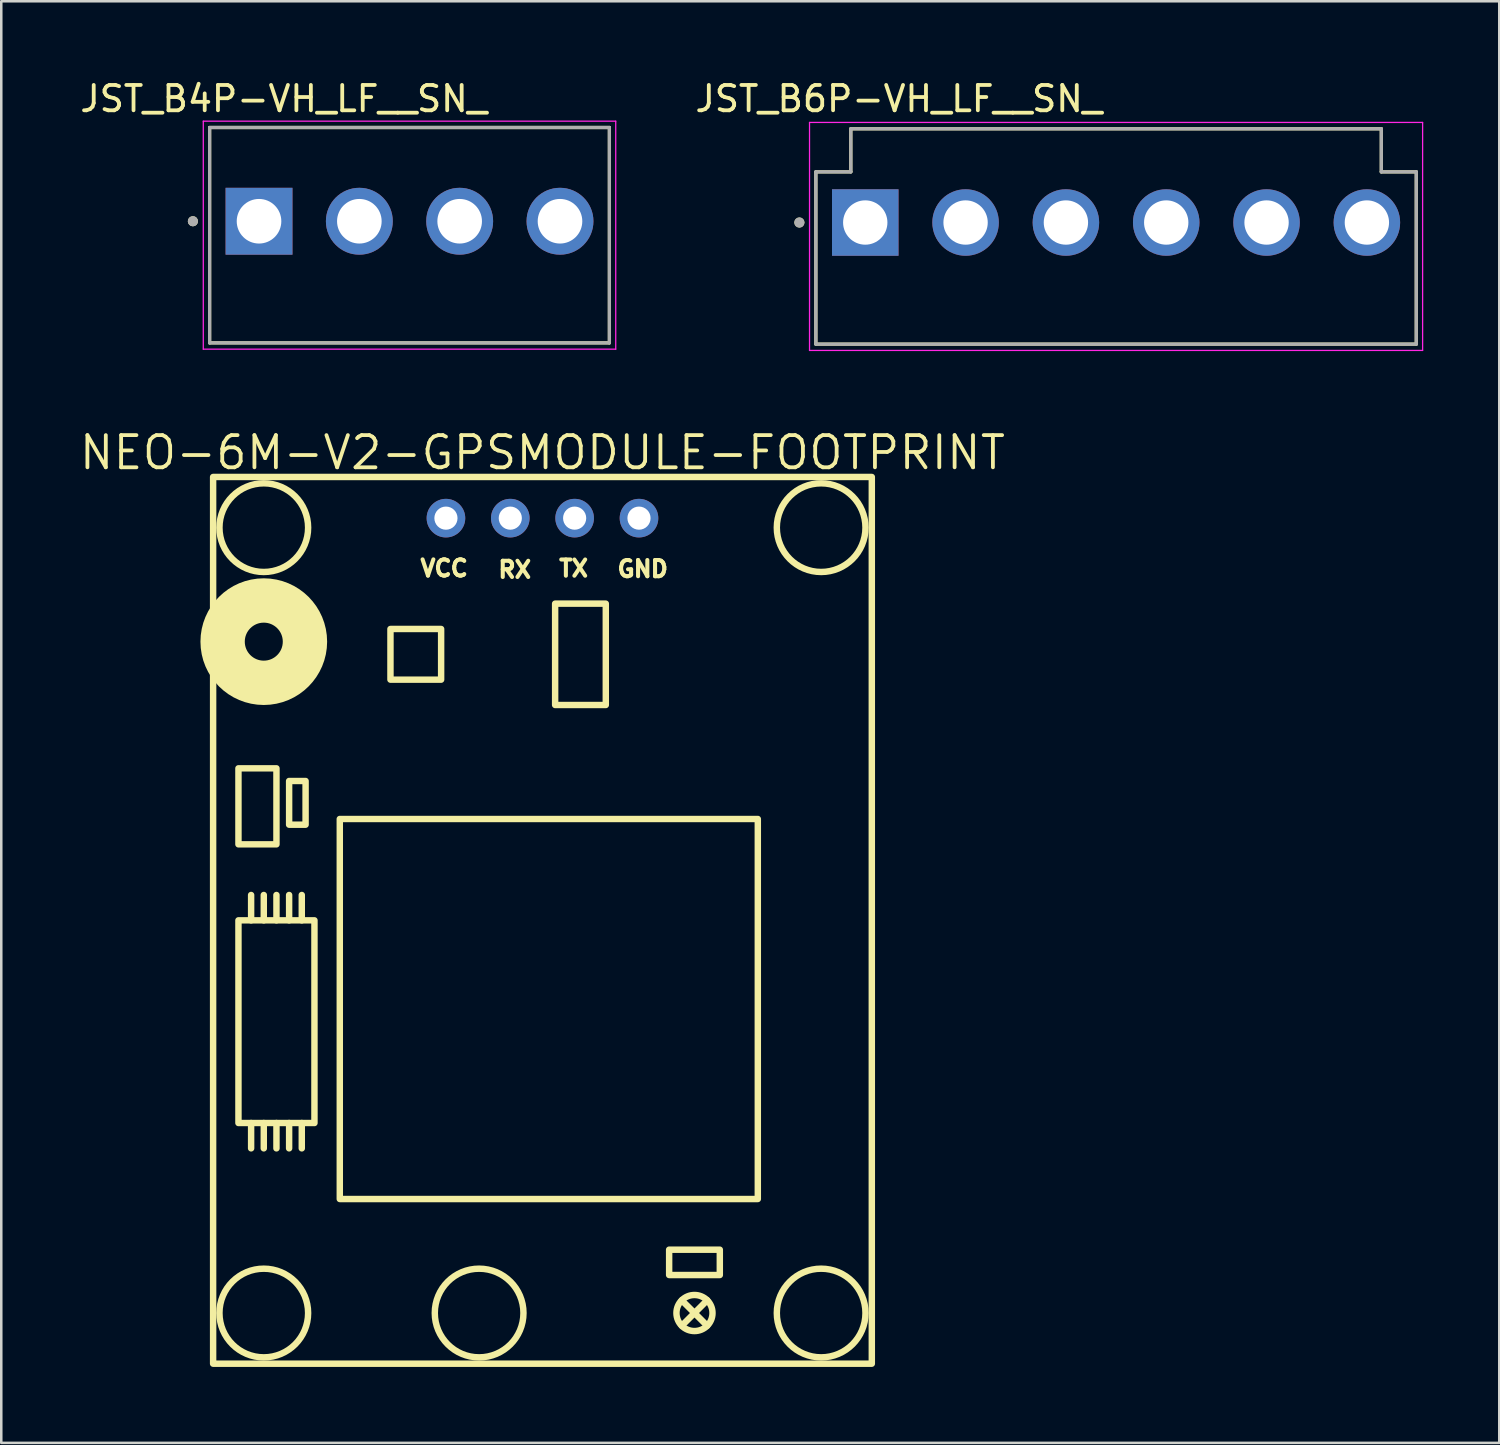
<source format=kicad_pcb>
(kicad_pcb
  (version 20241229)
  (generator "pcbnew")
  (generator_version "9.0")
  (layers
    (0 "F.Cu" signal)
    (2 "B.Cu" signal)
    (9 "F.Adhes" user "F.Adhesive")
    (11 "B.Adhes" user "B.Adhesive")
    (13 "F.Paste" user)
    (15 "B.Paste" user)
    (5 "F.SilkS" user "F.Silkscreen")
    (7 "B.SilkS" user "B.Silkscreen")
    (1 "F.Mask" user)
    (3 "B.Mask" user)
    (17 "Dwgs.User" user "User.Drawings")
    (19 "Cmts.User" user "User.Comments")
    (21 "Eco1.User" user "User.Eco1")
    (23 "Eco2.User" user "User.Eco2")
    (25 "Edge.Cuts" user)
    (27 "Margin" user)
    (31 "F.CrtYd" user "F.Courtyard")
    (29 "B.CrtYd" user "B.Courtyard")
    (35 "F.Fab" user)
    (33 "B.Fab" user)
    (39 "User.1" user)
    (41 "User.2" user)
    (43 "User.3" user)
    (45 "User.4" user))
  (footprint "NEO-6M-V2-GPSMODULE-FOOTPRINT"
    (layer "F.Cu")
    (at 18.362 33.277)
    (property "Reference" "NEO-6M-V2-GPSMODULE-FOOTPRINT" (at -0.00005 -18.462 0) (layer "F.SilkS") (effects (font (size 1.27 1.27) (thickness 0.15))))
    (fp_line (start -11.5 0) (end -11.5 -1) (stroke (width 0.254) (type default)) (layer "F.SilkS"))
    (fp_line (start -11.5 8) (end -11.5 9) (stroke (width 0.254) (type default)) (layer "F.SilkS"))
    (fp_line (start -11 0) (end -11 -1) (stroke (width 0.254) (type default)) (layer "F.SilkS"))
    (fp_line (start -11 8) (end -11 9) (stroke (width 0.254) (type default)) (layer "F.SilkS"))
    (fp_line (start -10.5 0) (end -10.5 -1) (stroke (width 0.254) (type default)) (layer "F.SilkS"))
    (fp_line (start -10.5 8) (end -10.5 9) (stroke (width 0.254) (type default)) (layer "F.SilkS"))
    (fp_line (start -10 0) (end -10 -1) (stroke (width 0.254) (type default)) (layer "F.SilkS"))
    (fp_line (start -10 8) (end -10 9) (stroke (width 0.254) (type default)) (layer "F.SilkS"))
    (fp_line (start -9.5 0) (end -9.5 -1) (stroke (width 0.254) (type default)) (layer "F.SilkS"))
    (fp_line (start -9.5 8) (end -9.5 9) (stroke (width 0.254) (type default)) (layer "F.SilkS"))
    (fp_line (start 5.5 15) (end 5.5 15) (stroke (width 0.254) (type default)) (layer "F.SilkS"))
    (fp_line (start 5.5 15) (end 6.5 16) (stroke (width 0.254) (type default)) (layer "F.SilkS"))
    (fp_line (start 6.5 15) (end 5.5 16) (stroke (width 0.254) (type default)) (layer "F.SilkS"))
    (fp_line (start 6.5 15) (end 6.5 15) (stroke (width 0.254) (type default)) (layer "F.SilkS"))
    (fp_rect (start -13 -17.5) (end 13 17.5) (stroke (width 0.254) (type default)) (fill no) (layer "F.SilkS"))
    (fp_rect (start -12 -6) (end -10.5 -3) (stroke (width 0.254) (type default)) (fill no) (layer "F.SilkS"))
    (fp_rect (start -12 0) (end -9 8) (stroke (width 0.254) (type default)) (fill no) (layer "F.SilkS"))
    (fp_rect (start -10 -5.5) (end -9.35 -3.775) (stroke (width 0.254) (type default)) (fill no) (layer "F.SilkS"))
    (fp_rect (start -8 -4) (end 8.5 11) (stroke (width 0.254) (type default)) (fill no) (layer "F.SilkS"))
    (fp_rect (start -6 -11.5) (end -4 -9.5) (stroke (width 0.254) (type default)) (fill no) (layer "F.SilkS"))
    (fp_rect (start 0.5 -12.5) (end 2.5 -8.5) (stroke (width 0.254) (type default)) (fill no) (layer "F.SilkS"))
    (fp_rect (start 5 13) (end 7 14) (stroke (width 0.254) (type default)) (fill no) (layer "F.SilkS"))
    (fp_circle (center -11 -15.5) (end -9.25 -15.5) (stroke (width 0.254) (type default)) (fill no) (layer "F.SilkS"))
    (fp_circle (center -11 -11) (end -10.25 -11) (stroke (width 1.75) (type default)) (fill no) (layer "F.SilkS"))
    (fp_circle (center -11 -11) (end -9.9 -11) (stroke (width 0.254) (type default)) (fill no) (layer "F.SilkS"))
    (fp_circle (center -11 -11) (end -9.7 -11) (stroke (width 0.254) (type default)) (fill no) (layer "F.SilkS"))
    (fp_circle (center -11 -11) (end -9.5 -11) (stroke (width 0.26) (type default)) (fill no) (layer "F.SilkS"))
    (fp_circle (center -11 -11) (end -9.25 -11) (stroke (width 0.254) (type default)) (fill no) (layer "F.SilkS"))
    (fp_circle (center -11 15.5) (end -9.25 15.5) (stroke (width 0.254) (type default)) (fill no) (layer "F.SilkS"))
    (fp_circle (center -2.5 15.5) (end -0.75 15.5) (stroke (width 0.254) (type default)) (fill no) (layer "F.SilkS"))
    (fp_circle (center 6 15.5) (end 6.712 15.5) (stroke (width 0.254) (type default)) (fill no) (layer "F.SilkS"))
    (fp_circle (center 11 -15.5) (end 12.75 -15.5) (stroke (width 0.254) (type default)) (fill no) (layer "F.SilkS"))
    (fp_circle (center 11 15.5) (end 12.75 15.5) (stroke (width 0.254) (type default)) (fill no) (layer "F.SilkS"))
    (fp_text user "VCC" (at -4.899 -14.27 0) (unlocked yes) (layer "F.SilkS") (effects (font (size 0.64 0.64) (thickness 0.203)) (justify left top)))
    (fp_text user "RX" (at -1.825 -14.215 0) (unlocked yes) (layer "F.SilkS") (effects (font (size 0.64 0.64) (thickness 0.203)) (justify left top)))
    (fp_text user "GND" (at 2.876 -14.245 0) (unlocked yes) (layer "F.SilkS") (effects (font (size 0.64 0.64) (thickness 0.203)) (justify left top)))
    (fp_text user "TX" (at 0.575 -14.265 0) (unlocked yes) (layer "F.SilkS") (effects (font (size 0.64 0.64) (thickness 0.203)) (justify left top)))
    (pad "1" thru_hole oval (at -3.81 -15.875) (size 1.524 1.524) (drill 0.914) (layers "*.Cu" "*.Mask"))
    (pad "2" thru_hole oval (at -1.27 -15.875) (size 1.524 1.524) (drill 0.914) (layers "*.Cu" "*.Mask"))
    (pad "3" thru_hole oval (at 1.27 -15.875) (size 1.524 1.524) (drill 0.914) (layers "*.Cu" "*.Mask"))
    (pad "4" thru_hole oval (at 3.81 -15.875) (size 1.524 1.524) (drill 0.914) (layers "*.Cu" "*.Mask"))
    (zone (net_name "") (layer "F.SilkS") (hatch edge 0.5) (priority 100) (connect_pads yes) (min_thickness 0) (filled_areas_thickness no) (fill yes) (polygon (pts (xy 10.85 27.662) (xy 10.85 29.162) (xy 11.85 29.162) (xy 11.85 27.662))) (filled_polygon (layer "F.SilkS") (island) (pts (xy 10.85 27.662) (xy 10.85 29.162) (xy 11.85 29.162) (xy 11.85 27.662))))
    (zone (net_name "") (layer "F.SilkS") (hatch edge 0.5) (priority 100) (connect_pads yes) (min_thickness 0) (filled_areas_thickness no) (fill yes) (polygon (pts (xy 10.862 44.277) (xy 10.862 45.777) (xy 11.862 45.777) (xy 11.862 44.277))) (filled_polygon (layer "F.SilkS") (island) (pts (xy 10.862 44.277) (xy 10.862 45.777) (xy 11.862 45.777) (xy 11.862 44.277))))
    (zone (net_name "") (layer "F.SilkS") (hatch edge 0.5) (priority 100) (connect_pads yes) (min_thickness 0) (filled_areas_thickness no) (fill yes) (polygon (pts (xy 12.35 27.662) (xy 12.35 29.162) (xy 13.35 29.162) (xy 13.35 27.662))) (filled_polygon (layer "F.SilkS") (island) (pts (xy 12.35 27.662) (xy 12.35 29.162) (xy 13.35 29.162) (xy 13.35 27.662))))
    (zone (net_name "") (layer "F.SilkS") (hatch edge 0.5) (priority 100) (connect_pads yes) (min_thickness 0) (filled_areas_thickness no) (fill yes) (polygon (pts (xy 12.362 22.277) (xy 11.362 22.277) (xy 11.362 23.277) (xy 12.362 23.277))) (filled_polygon (layer "F.SilkS") (island) (pts (xy 12.362 22.277) (xy 11.362 22.277) (xy 11.362 23.277) (xy 12.362 23.277))))
    (zone (net_name "") (layer "F.SilkS") (hatch edge 0.5) (priority 100) (connect_pads yes) (min_thickness 0) (filled_areas_thickness no) (fill yes) (polygon (pts (xy 12.362 44.277) (xy 12.362 45.777) (xy 13.362 45.777) (xy 13.362 44.277))) (filled_polygon (layer "F.SilkS") (island) (pts (xy 12.362 44.277) (xy 12.362 45.777) (xy 13.362 45.777) (xy 13.362 44.277))))
    (zone (net_name "") (layer "F.SilkS") (hatch edge 0.5) (priority 100) (connect_pads yes) (min_thickness 0) (filled_areas_thickness no) (fill yes) (polygon (pts (xy 13.85 27.662) (xy 13.85 29.162) (xy 14.85 29.162) (xy 14.85 27.662))) (filled_polygon (layer "F.SilkS") (island) (pts (xy 13.85 27.662) (xy 13.85 29.162) (xy 14.85 29.162) (xy 14.85 27.662))))
    (zone (net_name "") (layer "F.SilkS") (hatch edge 0.5) (priority 100) (connect_pads yes) (min_thickness 0) (filled_areas_thickness no) (fill yes) (polygon (pts (xy 13.862 44.277) (xy 13.862 45.777) (xy 14.862 45.777) (xy 14.862 44.277))) (filled_polygon (layer "F.SilkS") (island) (pts (xy 13.862 44.277) (xy 13.862 45.777) (xy 14.862 45.777) (xy 14.862 44.277))))
    (zone (net_name "") (layer "F.SilkS") (hatch edge 0.5) (priority 100) (connect_pads yes) (min_thickness 0) (filled_areas_thickness no) (fill yes) (polygon (pts (xy 14.362 21.777) (xy 15.362 21.777) (xy 15.362 22.277) (xy 14.362 22.277))) (filled_polygon (layer "F.SilkS") (island) (pts (xy 14.362 21.777) (xy 15.362 21.777) (xy 15.362 22.277) (xy 14.362 22.277))))
    (zone (net_name "") (layer "F.SilkS") (hatch edge 0.5) (priority 100) (connect_pads yes) (min_thickness 0) (filled_areas_thickness no) (fill yes) (polygon (pts (xy 14.362 23.777) (xy 14.362 23.277) (xy 15.362 23.277) (xy 15.362 23.777))) (filled_polygon (layer "F.SilkS") (island) (pts (xy 14.362 23.777) (xy 14.362 23.277) (xy 15.362 23.277) (xy 15.362 23.777))))
    (zone (net_name "") (layer "F.SilkS") (hatch edge 0.5) (priority 100) (connect_pads yes) (min_thickness 0) (filled_areas_thickness no) (fill yes) (polygon (pts (xy 15.35 27.662) (xy 15.35 29.162) (xy 16.35 29.162) (xy 16.35 27.662))) (filled_polygon (layer "F.SilkS") (island) (pts (xy 15.35 27.662) (xy 15.35 29.162) (xy 16.35 29.162) (xy 16.35 27.662))))
    (zone (net_name "") (layer "F.SilkS") (hatch edge 0.5) (priority 100) (connect_pads yes) (min_thickness 0) (filled_areas_thickness no) (fill yes) (polygon (pts (xy 15.362 44.277) (xy 15.362 45.777) (xy 16.362 45.777) (xy 16.362 44.277))) (filled_polygon (layer "F.SilkS") (island) (pts (xy 15.362 44.277) (xy 15.362 45.777) (xy 16.362 45.777) (xy 16.362 44.277))))
    (zone (net_name "") (layer "F.SilkS") (hatch edge 0.5) (priority 100) (connect_pads yes) (min_thickness 0) (filled_areas_thickness no) (fill yes) (polygon (pts (xy 16.85 27.662) (xy 16.85 29.162) (xy 17.85 29.162) (xy 17.85 27.662))) (filled_polygon (layer "F.SilkS") (island) (pts (xy 16.85 27.662) (xy 16.85 29.162) (xy 17.85 29.162) (xy 17.85 27.662))))
    (zone (net_name "") (layer "F.SilkS") (hatch edge 0.5) (priority 100) (connect_pads yes) (min_thickness 0) (filled_areas_thickness no) (fill yes) (polygon (pts (xy 16.862 20.777) (xy 18.862 20.777) (xy 18.862 21.777) (xy 16.862 21.777))) (filled_polygon (layer "F.SilkS") (island) (pts (xy 16.862 20.777) (xy 18.862 20.777) (xy 18.862 21.777) (xy 16.862 21.777))))
    (zone (net_name "") (layer "F.SilkS") (hatch edge 0.5) (priority 100) (connect_pads yes) (min_thickness 0) (filled_areas_thickness no) (fill yes) (polygon (pts (xy 16.862 23.777) (xy 18.862 23.777) (xy 18.862 24.777) (xy 16.862 24.777))) (filled_polygon (layer "F.SilkS") (island) (pts (xy 16.862 23.777) (xy 18.862 23.777) (xy 18.862 24.777) (xy 16.862 24.777))))
    (zone (net_name "") (layer "F.SilkS") (hatch edge 0.5) (priority 100) (connect_pads yes) (min_thickness 0) (filled_areas_thickness no) (fill yes) (polygon (pts (xy 16.862 44.277) (xy 16.862 45.777) (xy 17.862 45.777) (xy 17.862 44.277))) (filled_polygon (layer "F.SilkS") (island) (pts (xy 16.862 44.277) (xy 16.862 45.777) (xy 17.862 45.777) (xy 17.862 44.277))))
    (zone (net_name "") (layer "F.SilkS") (hatch edge 0.5) (priority 100) (connect_pads yes) (min_thickness 0) (filled_areas_thickness no) (fill yes) (polygon (pts (xy 18.35 27.662) (xy 18.35 29.162) (xy 19.35 29.162) (xy 19.35 27.662))) (filled_polygon (layer "F.SilkS") (island) (pts (xy 18.35 27.662) (xy 18.35 29.162) (xy 19.35 29.162) (xy 19.35 27.662))))
    (zone (net_name "") (layer "F.SilkS") (hatch edge 0.5) (priority 100) (connect_pads yes) (min_thickness 0) (filled_areas_thickness no) (fill yes) (polygon (pts (xy 18.362 44.277) (xy 18.362 45.777) (xy 19.362 45.777) (xy 19.362 44.277))) (filled_polygon (layer "F.SilkS") (island) (pts (xy 18.362 44.277) (xy 18.362 45.777) (xy 19.362 45.777) (xy 19.362 44.277))))
    (zone (net_name "") (layer "F.SilkS") (hatch edge 0.5) (priority 100) (connect_pads yes) (min_thickness 0) (filled_areas_thickness no) (fill yes) (polygon (pts (xy 20.862 20.777) (xy 22.862 20.777) (xy 22.862 21.777) (xy 20.862 21.777))) (filled_polygon (layer "F.SilkS") (island) (pts (xy 20.862 20.777) (xy 22.862 20.777) (xy 22.862 21.777) (xy 20.862 21.777))))
    (zone (net_name "") (layer "F.SilkS") (hatch edge 0.5) (priority 100) (connect_pads yes) (min_thickness 0) (filled_areas_thickness no) (fill yes) (polygon (pts (xy 20.862 22.277) (xy 22.862 22.277) (xy 22.862 23.277) (xy 20.862 23.277))) (filled_polygon (layer "F.SilkS") (island) (pts (xy 20.862 22.277) (xy 22.862 22.277) (xy 22.862 23.277) (xy 20.862 23.277))))
    (zone (net_name "") (layer "F.SilkS") (hatch edge 0.5) (priority 100) (connect_pads yes) (min_thickness 0) (filled_areas_thickness no) (fill yes) (polygon (pts (xy 20.862 23.777) (xy 22.862 23.777) (xy 22.862 24.777) (xy 20.862 24.777))) (filled_polygon (layer "F.SilkS") (island) (pts (xy 20.862 23.777) (xy 22.862 23.777) (xy 22.862 24.777) (xy 20.862 24.777))))
    (zone (net_name "") (layer "F.SilkS") (hatch edge 0.5) (priority 100) (connect_pads yes) (min_thickness 0) (filled_areas_thickness no) (fill yes) (polygon (pts (xy 22.85 27.662) (xy 22.85 29.162) (xy 23.85 29.162) (xy 23.85 27.662))) (filled_polygon (layer "F.SilkS") (island) (pts (xy 22.85 27.662) (xy 22.85 29.162) (xy 23.85 29.162) (xy 23.85 27.662))))
    (zone (net_name "") (layer "F.SilkS") (hatch edge 0.5) (priority 100) (connect_pads yes) (min_thickness 0) (filled_areas_thickness no) (fill yes) (polygon (pts (xy 22.862 44.277) (xy 22.862 45.777) (xy 23.862 45.777) (xy 23.862 44.277))) (filled_polygon (layer "F.SilkS") (island) (pts (xy 22.862 44.277) (xy 22.862 45.777) (xy 23.862 45.777) (xy 23.862 44.277))))
    (zone (net_name "") (layer "F.SilkS") (hatch edge 0.5) (priority 100) (connect_pads yes) (min_thickness 0) (filled_areas_thickness no) (fill yes) (polygon (pts (xy 23.862 46.277) (xy 23.862 47.277) (xy 24.862 47.277) (xy 24.862 46.277))) (filled_polygon (layer "F.SilkS") (island) (pts (xy 23.862 46.277) (xy 23.862 47.277) (xy 24.862 47.277) (xy 24.862 46.277))))
    (zone (net_name "") (layer "F.SilkS") (hatch edge 0.5) (priority 100) (connect_pads yes) (min_thickness 0) (filled_areas_thickness no) (fill yes) (polygon (pts (xy 24.35 27.662) (xy 24.35 29.162) (xy 25.35 29.162) (xy 25.35 27.662))) (filled_polygon (layer "F.SilkS") (island) (pts (xy 24.35 27.662) (xy 24.35 29.162) (xy 25.35 29.162) (xy 25.35 27.662))))
    (zone (net_name "") (layer "F.SilkS") (hatch edge 0.5) (priority 100) (connect_pads yes) (min_thickness 0) (filled_areas_thickness no) (fill yes) (polygon (pts (xy 24.362 44.277) (xy 24.362 45.777) (xy 25.362 45.777) (xy 25.362 44.277))) (filled_polygon (layer "F.SilkS") (island) (pts (xy 24.362 44.277) (xy 24.362 45.777) (xy 25.362 45.777) (xy 25.362 44.277))))
    (zone (net_name "") (layer "F.SilkS") (hatch edge 0.5) (priority 100) (connect_pads yes) (min_thickness 0) (filled_areas_thickness no) (fill yes) (polygon (pts (xy 25.85 27.662) (xy 25.85 29.162) (xy 26.85 29.162) (xy 26.85 27.662))) (filled_polygon (layer "F.SilkS") (island) (pts (xy 25.85 27.662) (xy 25.85 29.162) (xy 26.85 29.162) (xy 26.85 27.662))))
    (zone (net_name "") (layer "F.SilkS") (hatch edge 0.5) (priority 100) (connect_pads yes) (min_thickness 0) (filled_areas_thickness no) (fill yes) (polygon (pts (xy 25.862 44.277) (xy 25.862 45.777) (xy 26.862 45.777) (xy 26.862 44.277))) (filled_polygon (layer "F.SilkS") (island) (pts (xy 25.862 44.277) (xy 25.862 45.777) (xy 26.862 45.777) (xy 26.862 44.277)))))
  (footprint "JST_B6P-VH_LF__SN_"
    (layer "F.Cu")
    (at 41.003 5.733)
    (property "Reference" "JST_B6P-VH_LF__SN_" (at -8.575 -4.885 0) (layer "F.SilkS") (effects (font (size 1 1) (thickness 0.15))))
    (attr through_hole)
    (fp_line (start -11.85 -2) (end -10.47 -2) (stroke (width 0.127) (type solid)) (layer "F.SilkS"))
    (fp_line (start -11.85 4.8) (end -11.85 -2) (stroke (width 0.127) (type solid)) (layer "F.SilkS"))
    (fp_line (start -10.47 -3.7) (end 10.47 -3.7) (stroke (width 0.127) (type solid)) (layer "F.SilkS"))
    (fp_line (start -10.47 -2) (end -10.47 -3.7) (stroke (width 0.127) (type solid)) (layer "F.SilkS"))
    (fp_line (start 10.47 -3.7) (end 10.47 -2) (stroke (width 0.127) (type solid)) (layer "F.SilkS"))
    (fp_line (start 10.47 -2) (end 11.85 -2) (stroke (width 0.127) (type solid)) (layer "F.SilkS"))
    (fp_line (start 11.85 -2) (end 11.85 4.8) (stroke (width 0.127) (type solid)) (layer "F.SilkS"))
    (fp_line (start 11.85 4.8) (end -11.85 4.8) (stroke (width 0.127) (type solid)) (layer "F.SilkS"))
    (fp_circle (center -12.5 0) (end -12.4 0) (stroke (width 0.2) (type solid)) (fill no) (layer "F.SilkS"))
    (fp_line (start -12.1 -3.95) (end -12.1 5.05) (stroke (width 0.05) (type solid)) (layer "F.CrtYd"))
    (fp_line (start -12.1 5.05) (end 12.1 5.05) (stroke (width 0.05) (type solid)) (layer "F.CrtYd"))
    (fp_line (start 12.1 -3.95) (end -12.1 -3.95) (stroke (width 0.05) (type solid)) (layer "F.CrtYd"))
    (fp_line (start 12.1 5.05) (end 12.1 -3.95) (stroke (width 0.05) (type solid)) (layer "F.CrtYd"))
    (fp_line (start -11.85 -2) (end -10.47 -2) (stroke (width 0.127) (type solid)) (layer "F.Fab"))
    (fp_line (start -11.85 4.8) (end -11.85 -2) (stroke (width 0.127) (type solid)) (layer "F.Fab"))
    (fp_line (start -10.47 -3.7) (end 10.47 -3.7) (stroke (width 0.127) (type solid)) (layer "F.Fab"))
    (fp_line (start -10.47 -2) (end -10.47 -3.7) (stroke (width 0.127) (type solid)) (layer "F.Fab"))
    (fp_line (start 10.47 -3.7) (end 10.47 -2) (stroke (width 0.127) (type solid)) (layer "F.Fab"))
    (fp_line (start 10.47 -2) (end 11.85 -2) (stroke (width 0.127) (type solid)) (layer "F.Fab"))
    (fp_line (start 11.85 -2) (end 11.85 4.8) (stroke (width 0.127) (type solid)) (layer "F.Fab"))
    (fp_line (start 11.85 4.8) (end -11.85 4.8) (stroke (width 0.127) (type solid)) (layer "F.Fab"))
    (fp_circle (center -12.5 0) (end -12.4 0) (stroke (width 0.2) (type solid)) (fill no) (layer "F.Fab"))
    (pad "1" thru_hole rect (at -9.9 0) (size 2.625 2.625) (drill 1.75) (layers "*.Cu" "*.Mask"))
    (pad "2" thru_hole circle (at -5.94 0) (size 2.625 2.625) (drill 1.75) (layers "*.Cu" "*.Mask"))
    (pad "3" thru_hole circle (at -1.98 0) (size 2.625 2.625) (drill 1.75) (layers "*.Cu" "*.Mask"))
    (pad "4" thru_hole circle (at 1.98 0) (size 2.625 2.625) (drill 1.75) (layers "*.Cu" "*.Mask"))
    (pad "5" thru_hole circle (at 5.94 0) (size 2.625 2.625) (drill 1.75) (layers "*.Cu" "*.Mask"))
    (pad "6" thru_hole circle (at 9.9 0) (size 2.625 2.625) (drill 1.75) (layers "*.Cu" "*.Mask")))
  (footprint "JST_B4P-VH_LF__SN_"
    (layer "F.Cu")
    (at 13.114 5.683)
    (property "Reference" "JST_B4P-VH_LF__SN_" (at -4.965 -4.835 0) (layer "F.SilkS") (effects (font (size 1 1) (thickness 0.15))))
    (attr through_hole)
    (fp_line (start -7.89 -3.7) (end 7.89 -3.7) (stroke (width 0.127) (type solid)) (layer "F.SilkS"))
    (fp_line (start -7.89 4.8) (end -7.89 -3.7) (stroke (width 0.127) (type solid)) (layer "F.SilkS"))
    (fp_line (start 7.89 -3.7) (end 7.89 4.8) (stroke (width 0.127) (type solid)) (layer "F.SilkS"))
    (fp_line (start 7.89 4.8) (end -7.89 4.8) (stroke (width 0.127) (type solid)) (layer "F.SilkS"))
    (fp_circle (center -8.55 0) (end -8.45 0) (stroke (width 0.2) (type solid)) (fill no) (layer "F.SilkS"))
    (fp_line (start -8.14 -3.95) (end 8.14 -3.95) (stroke (width 0.05) (type solid)) (layer "F.CrtYd"))
    (fp_line (start -8.14 5.05) (end -8.14 -3.95) (stroke (width 0.05) (type solid)) (layer "F.CrtYd"))
    (fp_line (start 8.14 -3.95) (end 8.14 5.05) (stroke (width 0.05) (type solid)) (layer "F.CrtYd"))
    (fp_line (start 8.14 5.05) (end -8.14 5.05) (stroke (width 0.05) (type solid)) (layer "F.CrtYd"))
    (fp_line (start -7.89 -3.7) (end -7.89 4.8) (stroke (width 0.127) (type solid)) (layer "F.Fab"))
    (fp_line (start -7.89 4.8) (end 7.89 4.8) (stroke (width 0.127) (type solid)) (layer "F.Fab"))
    (fp_line (start 7.89 -3.7) (end -7.89 -3.7) (stroke (width 0.127) (type solid)) (layer "F.Fab"))
    (fp_line (start 7.89 4.8) (end 7.89 -3.7) (stroke (width 0.127) (type solid)) (layer "F.Fab"))
    (fp_circle (center -8.55 0) (end -8.45 0) (stroke (width 0.2) (type solid)) (fill no) (layer "F.Fab"))
    (pad "1" thru_hole rect (at -5.94 0) (size 2.64 2.64) (drill 1.76) (layers "*.Cu" "*.Mask"))
    (pad "2" thru_hole circle (at -1.98 0) (size 2.64 2.64) (drill 1.76) (layers "*.Cu" "*.Mask"))
    (pad "3" thru_hole circle (at 1.98 0) (size 2.64 2.64) (drill 1.76) (layers "*.Cu" "*.Mask"))
    (pad "4" thru_hole circle (at 5.94 0) (size 2.64 2.64) (drill 1.76) (layers "*.Cu" "*.Mask")))
  (gr_rect
    (start -3 -3)
    (end 56.128 53.903)
    (stroke (width 0.1) (type default))
    (fill no)
    (layer "Edge.Cuts")))
</source>
